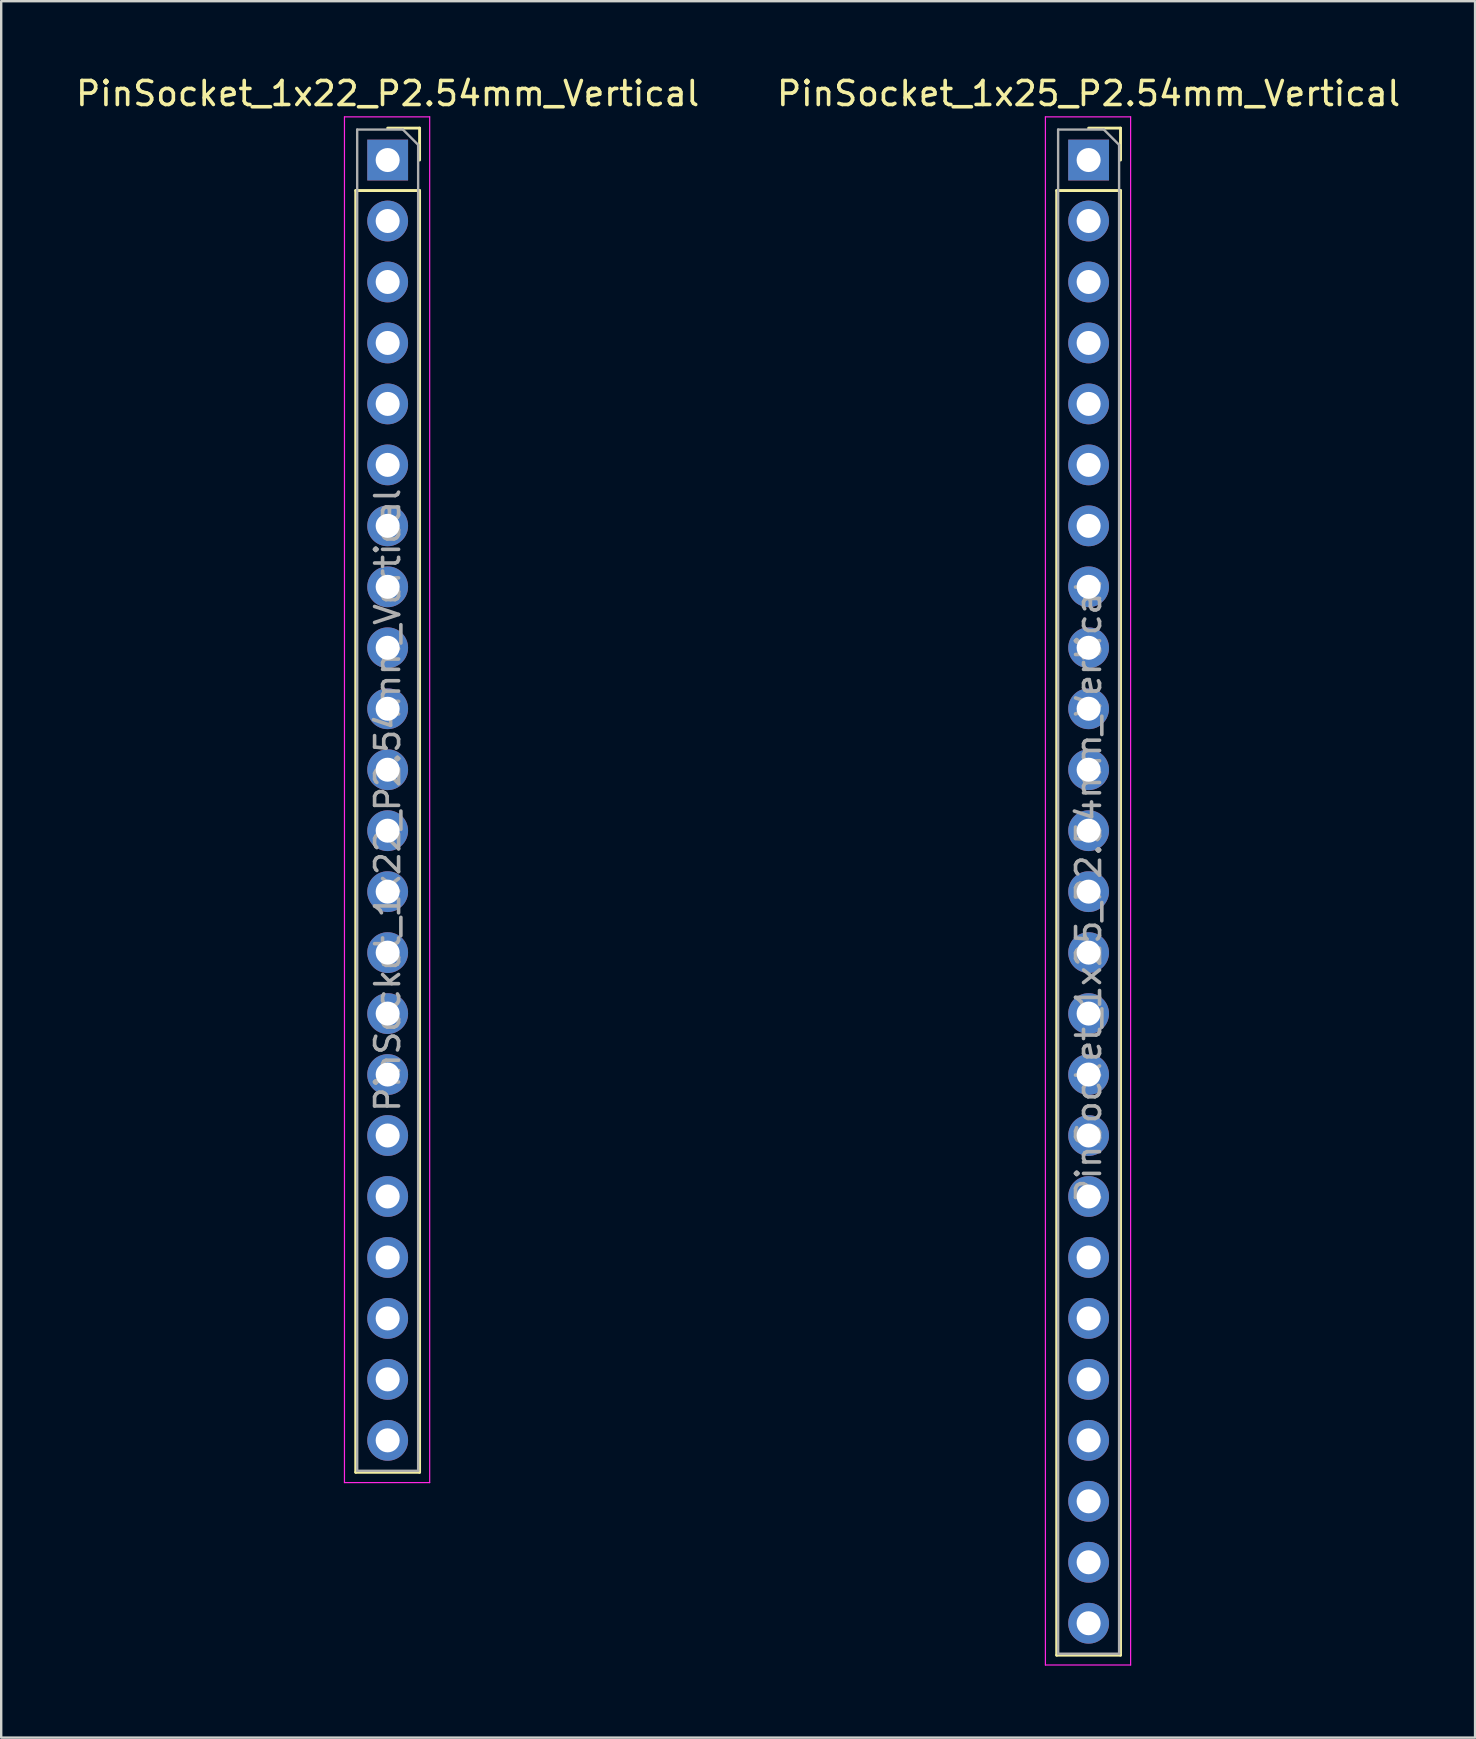
<source format=kicad_pcb>
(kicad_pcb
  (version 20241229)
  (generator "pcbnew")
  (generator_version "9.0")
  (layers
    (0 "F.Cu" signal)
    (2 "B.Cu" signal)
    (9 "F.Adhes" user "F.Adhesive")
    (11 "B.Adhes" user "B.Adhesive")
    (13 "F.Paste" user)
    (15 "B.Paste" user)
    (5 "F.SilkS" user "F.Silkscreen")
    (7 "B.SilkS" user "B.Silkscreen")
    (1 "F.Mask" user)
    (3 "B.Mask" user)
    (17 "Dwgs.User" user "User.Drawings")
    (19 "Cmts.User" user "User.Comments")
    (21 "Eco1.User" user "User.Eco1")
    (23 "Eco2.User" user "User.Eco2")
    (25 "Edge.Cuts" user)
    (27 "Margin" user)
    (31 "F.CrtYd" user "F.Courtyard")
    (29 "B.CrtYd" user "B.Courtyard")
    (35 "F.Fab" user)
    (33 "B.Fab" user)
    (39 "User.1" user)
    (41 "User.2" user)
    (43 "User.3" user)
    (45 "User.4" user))
  (footprint "PinSocket_1x25_P2.54mm_Vertical"
    (layer "F.Cu")
    (at 42.304 3.618)
    (property "Reference" "PinSocket_1x25_P2.54mm_Vertical" (at 0 -2.77 0) (layer "F.SilkS") (effects (font (size 1 1) (thickness 0.15))))
    (attr through_hole)
    (fp_line (start -1.33 1.27) (end -1.33 62.29) (stroke (width 0.12) (type solid)) (layer "F.SilkS"))
    (fp_line (start -1.33 1.27) (end 1.33 1.27) (stroke (width 0.12) (type solid)) (layer "F.SilkS"))
    (fp_line (start -1.33 62.29) (end 1.33 62.29) (stroke (width 0.12) (type solid)) (layer "F.SilkS"))
    (fp_line (start 0 -1.33) (end 1.33 -1.33) (stroke (width 0.12) (type solid)) (layer "F.SilkS"))
    (fp_line (start 1.33 -1.33) (end 1.33 0) (stroke (width 0.12) (type solid)) (layer "F.SilkS"))
    (fp_line (start 1.33 1.27) (end 1.33 62.29) (stroke (width 0.12) (type solid)) (layer "F.SilkS"))
    (fp_line (start -1.8 -1.8) (end 1.75 -1.8) (stroke (width 0.05) (type solid)) (layer "F.CrtYd"))
    (fp_line (start -1.8 62.7) (end -1.8 -1.8) (stroke (width 0.05) (type solid)) (layer "F.CrtYd"))
    (fp_line (start 1.75 -1.8) (end 1.75 62.7) (stroke (width 0.05) (type solid)) (layer "F.CrtYd"))
    (fp_line (start 1.75 62.7) (end -1.8 62.7) (stroke (width 0.05) (type solid)) (layer "F.CrtYd"))
    (fp_line (start -1.27 -1.27) (end 0.635 -1.27) (stroke (width 0.1) (type solid)) (layer "F.Fab"))
    (fp_line (start -1.27 62.23) (end -1.27 -1.27) (stroke (width 0.1) (type solid)) (layer "F.Fab"))
    (fp_line (start 0.635 -1.27) (end 1.27 -0.635) (stroke (width 0.1) (type solid)) (layer "F.Fab"))
    (fp_line (start 1.27 -0.635) (end 1.27 62.23) (stroke (width 0.1) (type solid)) (layer "F.Fab"))
    (fp_line (start 1.27 62.23) (end -1.27 62.23) (stroke (width 0.1) (type solid)) (layer "F.Fab"))
    (fp_text user "${REFERENCE}" (at 0 30.48 90) (layer "F.Fab") (effects (font (size 1 1) (thickness 0.15))))
    (pad "1" thru_hole rect (at 0 0) (size 1.7 1.7) (drill 1) (layers "*.Cu" "*.Mask"))
    (pad "2" thru_hole oval (at 0 2.54) (size 1.7 1.7) (drill 1) (layers "*.Cu" "*.Mask"))
    (pad "3" thru_hole oval (at 0 5.08) (size 1.7 1.7) (drill 1) (layers "*.Cu" "*.Mask"))
    (pad "4" thru_hole oval (at 0 7.62) (size 1.7 1.7) (drill 1) (layers "*.Cu" "*.Mask"))
    (pad "5" thru_hole oval (at 0 10.16) (size 1.7 1.7) (drill 1) (layers "*.Cu" "*.Mask"))
    (pad "6" thru_hole oval (at 0 12.7) (size 1.7 1.7) (drill 1) (layers "*.Cu" "*.Mask"))
    (pad "7" thru_hole oval (at 0 15.24) (size 1.7 1.7) (drill 1) (layers "*.Cu" "*.Mask"))
    (pad "8" thru_hole oval (at 0 17.78) (size 1.7 1.7) (drill 1) (layers "*.Cu" "*.Mask"))
    (pad "9" thru_hole oval (at 0 20.32) (size 1.7 1.7) (drill 1) (layers "*.Cu" "*.Mask"))
    (pad "10" thru_hole oval (at 0 22.86) (size 1.7 1.7) (drill 1) (layers "*.Cu" "*.Mask"))
    (pad "11" thru_hole oval (at 0 25.4) (size 1.7 1.7) (drill 1) (layers "*.Cu" "*.Mask"))
    (pad "12" thru_hole oval (at 0 27.94) (size 1.7 1.7) (drill 1) (layers "*.Cu" "*.Mask"))
    (pad "13" thru_hole oval (at 0 30.48) (size 1.7 1.7) (drill 1) (layers "*.Cu" "*.Mask"))
    (pad "14" thru_hole oval (at 0 33.02) (size 1.7 1.7) (drill 1) (layers "*.Cu" "*.Mask"))
    (pad "15" thru_hole oval (at 0 35.56) (size 1.7 1.7) (drill 1) (layers "*.Cu" "*.Mask"))
    (pad "16" thru_hole oval (at 0 38.1) (size 1.7 1.7) (drill 1) (layers "*.Cu" "*.Mask"))
    (pad "17" thru_hole oval (at 0 40.64) (size 1.7 1.7) (drill 1) (layers "*.Cu" "*.Mask"))
    (pad "18" thru_hole oval (at 0 43.18) (size 1.7 1.7) (drill 1) (layers "*.Cu" "*.Mask"))
    (pad "19" thru_hole oval (at 0 45.72) (size 1.7 1.7) (drill 1) (layers "*.Cu" "*.Mask"))
    (pad "20" thru_hole oval (at 0 48.26) (size 1.7 1.7) (drill 1) (layers "*.Cu" "*.Mask"))
    (pad "21" thru_hole oval (at 0 50.8) (size 1.7 1.7) (drill 1) (layers "*.Cu" "*.Mask"))
    (pad "22" thru_hole oval (at 0 53.34) (size 1.7 1.7) (drill 1) (layers "*.Cu" "*.Mask"))
    (pad "23" thru_hole oval (at 0 55.88) (size 1.7 1.7) (drill 1) (layers "*.Cu" "*.Mask"))
    (pad "24" thru_hole oval (at 0 58.42) (size 1.7 1.7) (drill 1) (layers "*.Cu" "*.Mask"))
    (pad "25" thru_hole oval (at 0 60.96) (size 1.7 1.7) (drill 1) (layers "*.Cu" "*.Mask")))
  (footprint "PinSocket_1x22_P2.54mm_Vertical"
    (layer "F.Cu")
    (at 13.101 3.618)
    (property "Reference" "PinSocket_1x22_P2.54mm_Vertical" (at 0 -2.77 0) (layer "F.SilkS") (effects (font (size 1 1) (thickness 0.15))))
    (attr through_hole)
    (fp_line (start -1.33 1.27) (end -1.33 54.67) (stroke (width 0.12) (type solid)) (layer "F.SilkS"))
    (fp_line (start -1.33 1.27) (end 1.33 1.27) (stroke (width 0.12) (type solid)) (layer "F.SilkS"))
    (fp_line (start -1.33 54.67) (end 1.33 54.67) (stroke (width 0.12) (type solid)) (layer "F.SilkS"))
    (fp_line (start 0 -1.33) (end 1.33 -1.33) (stroke (width 0.12) (type solid)) (layer "F.SilkS"))
    (fp_line (start 1.33 -1.33) (end 1.33 0) (stroke (width 0.12) (type solid)) (layer "F.SilkS"))
    (fp_line (start 1.33 1.27) (end 1.33 54.67) (stroke (width 0.12) (type solid)) (layer "F.SilkS"))
    (fp_line (start -1.8 -1.8) (end 1.75 -1.8) (stroke (width 0.05) (type solid)) (layer "F.CrtYd"))
    (fp_line (start -1.8 55.1) (end -1.8 -1.8) (stroke (width 0.05) (type solid)) (layer "F.CrtYd"))
    (fp_line (start 1.75 -1.8) (end 1.75 55.1) (stroke (width 0.05) (type solid)) (layer "F.CrtYd"))
    (fp_line (start 1.75 55.1) (end -1.8 55.1) (stroke (width 0.05) (type solid)) (layer "F.CrtYd"))
    (fp_line (start -1.27 -1.27) (end 0.635 -1.27) (stroke (width 0.1) (type solid)) (layer "F.Fab"))
    (fp_line (start -1.27 54.61) (end -1.27 -1.27) (stroke (width 0.1) (type solid)) (layer "F.Fab"))
    (fp_line (start 0.635 -1.27) (end 1.27 -0.635) (stroke (width 0.1) (type solid)) (layer "F.Fab"))
    (fp_line (start 1.27 -0.635) (end 1.27 54.61) (stroke (width 0.1) (type solid)) (layer "F.Fab"))
    (fp_line (start 1.27 54.61) (end -1.27 54.61) (stroke (width 0.1) (type solid)) (layer "F.Fab"))
    (fp_text user "${REFERENCE}" (at 0 26.67 90) (layer "F.Fab") (effects (font (size 1 1) (thickness 0.15))))
    (pad "1" thru_hole rect (at 0 0) (size 1.7 1.7) (drill 1) (layers "*.Cu" "*.Mask"))
    (pad "2" thru_hole oval (at 0 2.54) (size 1.7 1.7) (drill 1) (layers "*.Cu" "*.Mask"))
    (pad "3" thru_hole oval (at 0 5.08) (size 1.7 1.7) (drill 1) (layers "*.Cu" "*.Mask"))
    (pad "4" thru_hole oval (at 0 7.62) (size 1.7 1.7) (drill 1) (layers "*.Cu" "*.Mask"))
    (pad "5" thru_hole oval (at 0 10.16) (size 1.7 1.7) (drill 1) (layers "*.Cu" "*.Mask"))
    (pad "6" thru_hole oval (at 0 12.7) (size 1.7 1.7) (drill 1) (layers "*.Cu" "*.Mask"))
    (pad "7" thru_hole oval (at 0 15.24) (size 1.7 1.7) (drill 1) (layers "*.Cu" "*.Mask"))
    (pad "8" thru_hole oval (at 0 17.78) (size 1.7 1.7) (drill 1) (layers "*.Cu" "*.Mask"))
    (pad "9" thru_hole oval (at 0 20.32) (size 1.7 1.7) (drill 1) (layers "*.Cu" "*.Mask"))
    (pad "10" thru_hole oval (at 0 22.86) (size 1.7 1.7) (drill 1) (layers "*.Cu" "*.Mask"))
    (pad "11" thru_hole oval (at 0 25.4) (size 1.7 1.7) (drill 1) (layers "*.Cu" "*.Mask"))
    (pad "12" thru_hole oval (at 0 27.94) (size 1.7 1.7) (drill 1) (layers "*.Cu" "*.Mask"))
    (pad "13" thru_hole oval (at 0 30.48) (size 1.7 1.7) (drill 1) (layers "*.Cu" "*.Mask"))
    (pad "14" thru_hole oval (at 0 33.02) (size 1.7 1.7) (drill 1) (layers "*.Cu" "*.Mask"))
    (pad "15" thru_hole oval (at 0 35.56) (size 1.7 1.7) (drill 1) (layers "*.Cu" "*.Mask"))
    (pad "16" thru_hole oval (at 0 38.1) (size 1.7 1.7) (drill 1) (layers "*.Cu" "*.Mask"))
    (pad "17" thru_hole oval (at 0 40.64) (size 1.7 1.7) (drill 1) (layers "*.Cu" "*.Mask"))
    (pad "18" thru_hole oval (at 0 43.18) (size 1.7 1.7) (drill 1) (layers "*.Cu" "*.Mask"))
    (pad "19" thru_hole oval (at 0 45.72) (size 1.7 1.7) (drill 1) (layers "*.Cu" "*.Mask"))
    (pad "20" thru_hole oval (at 0 48.26) (size 1.7 1.7) (drill 1) (layers "*.Cu" "*.Mask"))
    (pad "21" thru_hole oval (at 0 50.8) (size 1.7 1.7) (drill 1) (layers "*.Cu" "*.Mask"))
    (pad "22" thru_hole oval (at 0 53.34) (size 1.7 1.7) (drill 1) (layers "*.Cu" "*.Mask")))
  (gr_rect
    (start -3 -3)
    (end 58.405 69.343)
    (stroke (width 0.1) (type default))
    (fill no)
    (layer "Edge.Cuts")))
</source>
